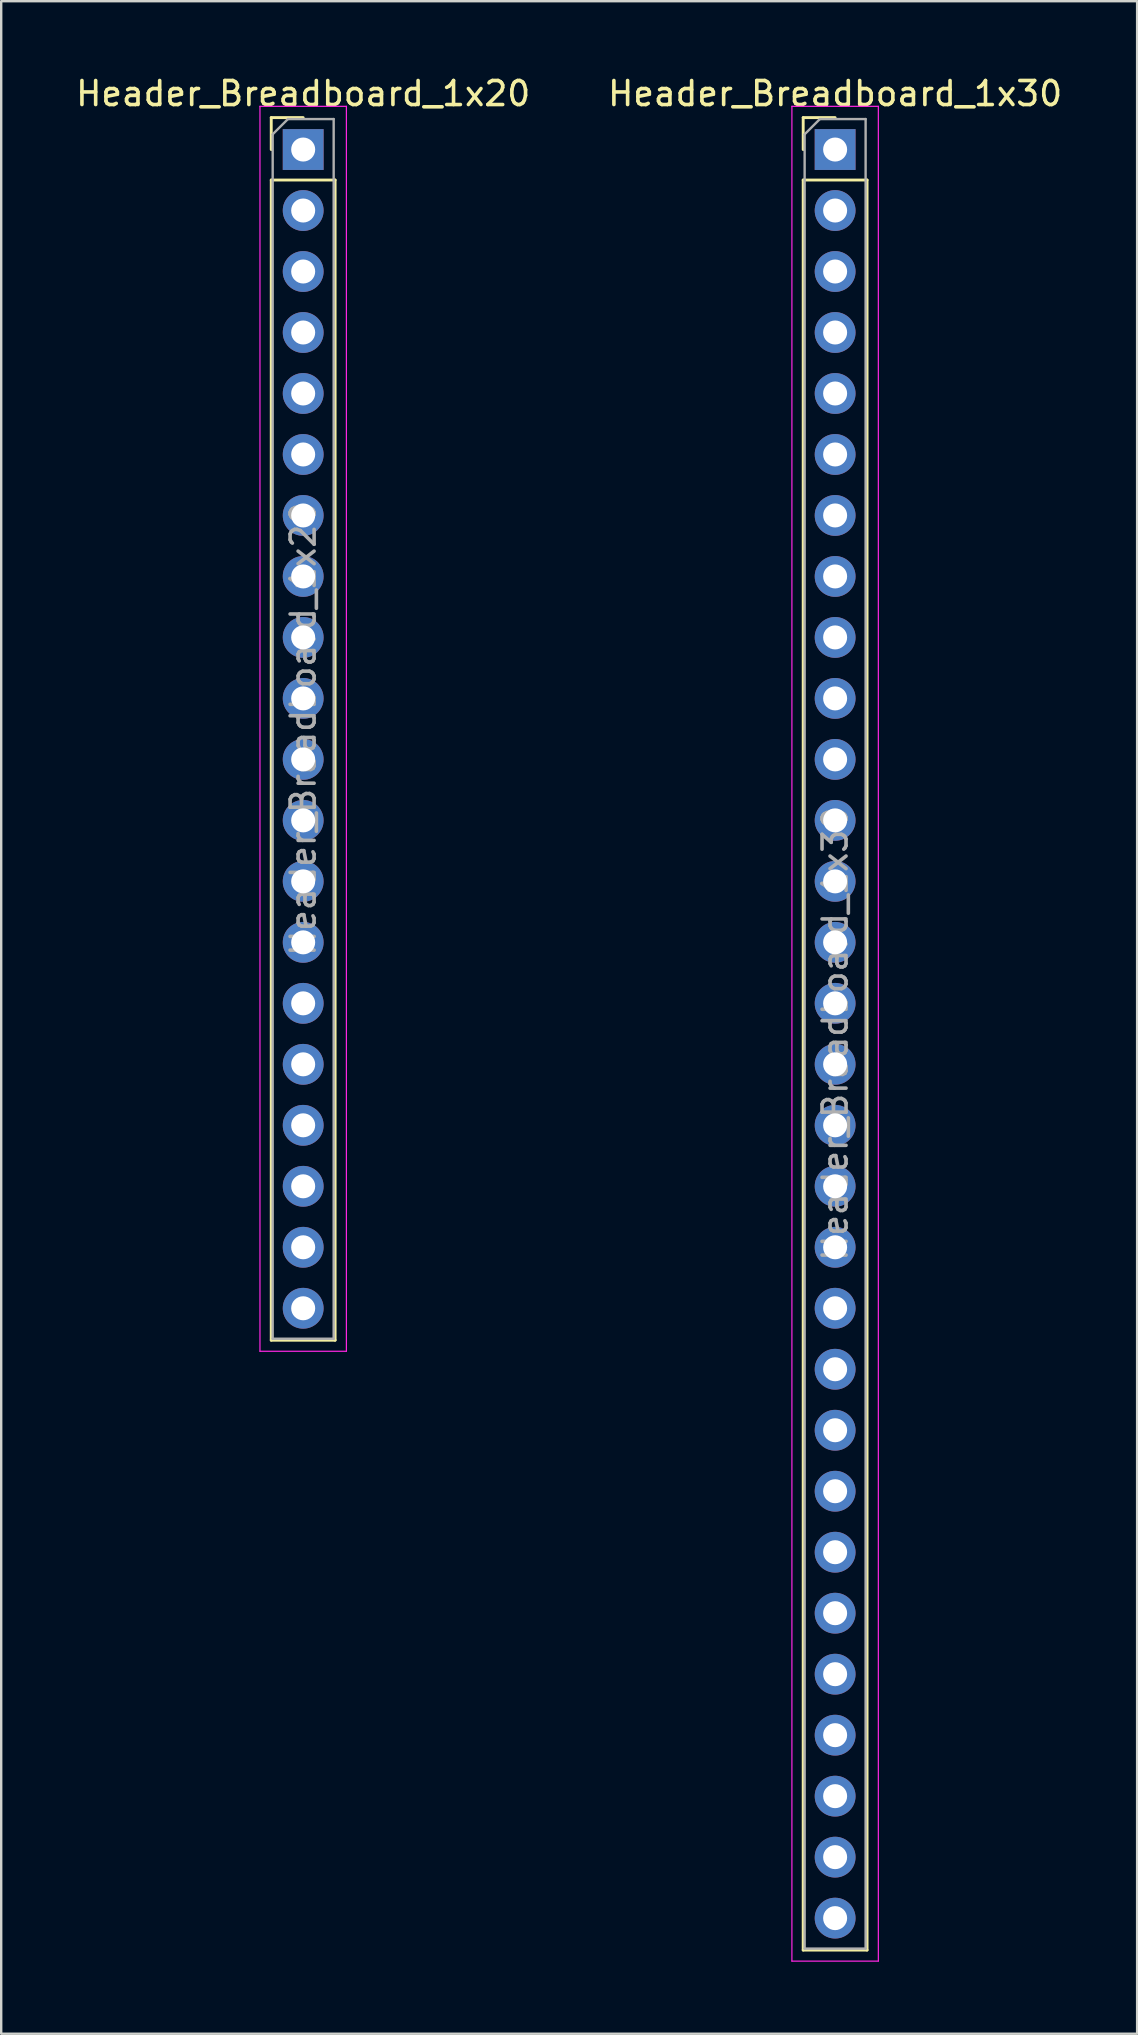
<source format=kicad_pcb>
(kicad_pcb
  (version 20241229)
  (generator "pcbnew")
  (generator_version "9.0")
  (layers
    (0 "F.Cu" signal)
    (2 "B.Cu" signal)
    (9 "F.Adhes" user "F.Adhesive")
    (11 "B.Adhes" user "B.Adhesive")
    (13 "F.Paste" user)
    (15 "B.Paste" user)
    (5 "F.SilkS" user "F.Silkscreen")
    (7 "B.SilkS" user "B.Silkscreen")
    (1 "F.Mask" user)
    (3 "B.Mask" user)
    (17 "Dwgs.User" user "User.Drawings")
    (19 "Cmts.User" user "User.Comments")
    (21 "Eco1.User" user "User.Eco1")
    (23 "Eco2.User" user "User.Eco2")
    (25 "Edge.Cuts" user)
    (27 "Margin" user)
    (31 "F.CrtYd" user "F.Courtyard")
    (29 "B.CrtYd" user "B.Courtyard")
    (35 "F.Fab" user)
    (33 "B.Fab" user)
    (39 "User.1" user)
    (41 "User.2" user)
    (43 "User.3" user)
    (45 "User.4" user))
  (footprint "Header_Breadboard_1x20"
    (layer "F.Cu")
    (at 9.577 3.178)
    (property "Reference" "Header_Breadboard_1x20" (at 0 -2.33 0) (layer "F.SilkS") (effects (font (size 1 1) (thickness 0.15))))
    (attr through_hole)
    (fp_line (start -1.33 -1.33) (end 0 -1.33) (stroke (width 0.12) (type solid)) (layer "F.SilkS"))
    (fp_line (start -1.33 0) (end -1.33 -1.33) (stroke (width 0.12) (type solid)) (layer "F.SilkS"))
    (fp_line (start -1.33 1.27) (end -1.33 49.59) (stroke (width 0.12) (type solid)) (layer "F.SilkS"))
    (fp_line (start -1.33 1.27) (end 1.33 1.27) (stroke (width 0.12) (type solid)) (layer "F.SilkS"))
    (fp_line (start -1.33 49.59) (end 1.33 49.59) (stroke (width 0.12) (type solid)) (layer "F.SilkS"))
    (fp_line (start 1.33 1.27) (end 1.33 49.59) (stroke (width 0.12) (type solid)) (layer "F.SilkS"))
    (fp_line (start -1.8 -1.8) (end -1.8 50.05) (stroke (width 0.05) (type solid)) (layer "F.CrtYd"))
    (fp_line (start -1.8 50.05) (end 1.8 50.05) (stroke (width 0.05) (type solid)) (layer "F.CrtYd"))
    (fp_line (start 1.8 -1.8) (end -1.8 -1.8) (stroke (width 0.05) (type solid)) (layer "F.CrtYd"))
    (fp_line (start 1.8 50.05) (end 1.8 -1.8) (stroke (width 0.05) (type solid)) (layer "F.CrtYd"))
    (fp_line (start -1.27 -0.635) (end -0.635 -1.27) (stroke (width 0.1) (type solid)) (layer "F.Fab"))
    (fp_line (start -1.27 49.53) (end -1.27 -0.635) (stroke (width 0.1) (type solid)) (layer "F.Fab"))
    (fp_line (start -0.635 -1.27) (end 1.27 -1.27) (stroke (width 0.1) (type solid)) (layer "F.Fab"))
    (fp_line (start 1.27 -1.27) (end 1.27 49.53) (stroke (width 0.1) (type solid)) (layer "F.Fab"))
    (fp_line (start 1.27 49.53) (end -1.27 49.53) (stroke (width 0.1) (type solid)) (layer "F.Fab"))
    (fp_text user "${REFERENCE}" (at 0 24.13 90) (layer "F.Fab") (effects (font (size 1 1) (thickness 0.15))))
    (pad "1" thru_hole rect (at 0 0) (size 1.7 1.7) (drill 1) (layers "*.Cu" "*.Mask"))
    (pad "2" thru_hole oval (at 0 2.54) (size 1.7 1.7) (drill 1) (layers "*.Cu" "*.Mask"))
    (pad "3" thru_hole oval (at 0 5.08) (size 1.7 1.7) (drill 1) (layers "*.Cu" "*.Mask"))
    (pad "4" thru_hole oval (at 0 7.62) (size 1.7 1.7) (drill 1) (layers "*.Cu" "*.Mask"))
    (pad "5" thru_hole oval (at 0 10.16) (size 1.7 1.7) (drill 1) (layers "*.Cu" "*.Mask"))
    (pad "6" thru_hole oval (at 0 12.7) (size 1.7 1.7) (drill 1) (layers "*.Cu" "*.Mask"))
    (pad "7" thru_hole oval (at 0 15.24) (size 1.7 1.7) (drill 1) (layers "*.Cu" "*.Mask"))
    (pad "8" thru_hole oval (at 0 17.78) (size 1.7 1.7) (drill 1) (layers "*.Cu" "*.Mask"))
    (pad "9" thru_hole oval (at 0 20.32) (size 1.7 1.7) (drill 1) (layers "*.Cu" "*.Mask"))
    (pad "10" thru_hole oval (at 0 22.86) (size 1.7 1.7) (drill 1) (layers "*.Cu" "*.Mask"))
    (pad "11" thru_hole oval (at 0 25.4) (size 1.7 1.7) (drill 1) (layers "*.Cu" "*.Mask"))
    (pad "12" thru_hole oval (at 0 27.94) (size 1.7 1.7) (drill 1) (layers "*.Cu" "*.Mask"))
    (pad "13" thru_hole oval (at 0 30.48) (size 1.7 1.7) (drill 1) (layers "*.Cu" "*.Mask"))
    (pad "14" thru_hole oval (at 0 33.02) (size 1.7 1.7) (drill 1) (layers "*.Cu" "*.Mask"))
    (pad "15" thru_hole oval (at 0 35.56) (size 1.7 1.7) (drill 1) (layers "*.Cu" "*.Mask"))
    (pad "16" thru_hole oval (at 0 38.1) (size 1.7 1.7) (drill 1) (layers "*.Cu" "*.Mask"))
    (pad "17" thru_hole oval (at 0 40.64) (size 1.7 1.7) (drill 1) (layers "*.Cu" "*.Mask"))
    (pad "18" thru_hole oval (at 0 43.18) (size 1.7 1.7) (drill 1) (layers "*.Cu" "*.Mask"))
    (pad "19" thru_hole oval (at 0 45.72) (size 1.7 1.7) (drill 1) (layers "*.Cu" "*.Mask"))
    (pad "20" thru_hole oval (at 0 48.26) (size 1.7 1.7) (drill 1) (layers "*.Cu" "*.Mask")))
  (footprint "Header_Breadboard_1x30"
    (layer "F.Cu")
    (at 31.732 3.178)
    (property "Reference" "Header_Breadboard_1x30" (at 0 -2.33 0) (layer "F.SilkS") (effects (font (size 1 1) (thickness 0.15))))
    (attr through_hole)
    (fp_line (start -1.33 -1.33) (end 0 -1.33) (stroke (width 0.12) (type solid)) (layer "F.SilkS"))
    (fp_line (start -1.33 0) (end -1.33 -1.33) (stroke (width 0.12) (type solid)) (layer "F.SilkS"))
    (fp_line (start -1.33 1.27) (end -1.33 74.99) (stroke (width 0.12) (type solid)) (layer "F.SilkS"))
    (fp_line (start -1.33 1.27) (end 1.33 1.27) (stroke (width 0.12) (type solid)) (layer "F.SilkS"))
    (fp_line (start -1.33 74.99) (end 1.33 74.99) (stroke (width 0.12) (type solid)) (layer "F.SilkS"))
    (fp_line (start 1.33 1.27) (end 1.33 74.99) (stroke (width 0.12) (type solid)) (layer "F.SilkS"))
    (fp_line (start -1.8 -1.8) (end -1.8 75.45) (stroke (width 0.05) (type solid)) (layer "F.CrtYd"))
    (fp_line (start -1.8 75.45) (end 1.8 75.45) (stroke (width 0.05) (type solid)) (layer "F.CrtYd"))
    (fp_line (start 1.8 -1.8) (end -1.8 -1.8) (stroke (width 0.05) (type solid)) (layer "F.CrtYd"))
    (fp_line (start 1.8 75.45) (end 1.8 -1.8) (stroke (width 0.05) (type solid)) (layer "F.CrtYd"))
    (fp_line (start -1.27 -0.635) (end -0.635 -1.27) (stroke (width 0.1) (type solid)) (layer "F.Fab"))
    (fp_line (start -1.27 74.93) (end -1.27 -0.635) (stroke (width 0.1) (type solid)) (layer "F.Fab"))
    (fp_line (start -0.635 -1.27) (end 1.27 -1.27) (stroke (width 0.1) (type solid)) (layer "F.Fab"))
    (fp_line (start 1.27 -1.27) (end 1.27 74.93) (stroke (width 0.1) (type solid)) (layer "F.Fab"))
    (fp_line (start 1.27 74.93) (end -1.27 74.93) (stroke (width 0.1) (type solid)) (layer "F.Fab"))
    (fp_text user "${REFERENCE}" (at 0 36.83 90) (layer "F.Fab") (effects (font (size 1 1) (thickness 0.15))))
    (pad "1" thru_hole rect (at 0 0) (size 1.7 1.7) (drill 1) (layers "*.Cu" "*.Mask"))
    (pad "2" thru_hole oval (at 0 2.54) (size 1.7 1.7) (drill 1) (layers "*.Cu" "*.Mask"))
    (pad "3" thru_hole oval (at 0 5.08) (size 1.7 1.7) (drill 1) (layers "*.Cu" "*.Mask"))
    (pad "4" thru_hole oval (at 0 7.62) (size 1.7 1.7) (drill 1) (layers "*.Cu" "*.Mask"))
    (pad "5" thru_hole oval (at 0 10.16) (size 1.7 1.7) (drill 1) (layers "*.Cu" "*.Mask"))
    (pad "6" thru_hole oval (at 0 12.7) (size 1.7 1.7) (drill 1) (layers "*.Cu" "*.Mask"))
    (pad "7" thru_hole oval (at 0 15.24) (size 1.7 1.7) (drill 1) (layers "*.Cu" "*.Mask"))
    (pad "8" thru_hole oval (at 0 17.78) (size 1.7 1.7) (drill 1) (layers "*.Cu" "*.Mask"))
    (pad "9" thru_hole oval (at 0 20.32) (size 1.7 1.7) (drill 1) (layers "*.Cu" "*.Mask"))
    (pad "10" thru_hole oval (at 0 22.86) (size 1.7 1.7) (drill 1) (layers "*.Cu" "*.Mask"))
    (pad "11" thru_hole oval (at 0 25.4) (size 1.7 1.7) (drill 1) (layers "*.Cu" "*.Mask"))
    (pad "12" thru_hole oval (at 0 27.94) (size 1.7 1.7) (drill 1) (layers "*.Cu" "*.Mask"))
    (pad "13" thru_hole oval (at 0 30.48) (size 1.7 1.7) (drill 1) (layers "*.Cu" "*.Mask"))
    (pad "14" thru_hole oval (at 0 33.02) (size 1.7 1.7) (drill 1) (layers "*.Cu" "*.Mask"))
    (pad "15" thru_hole oval (at 0 35.56) (size 1.7 1.7) (drill 1) (layers "*.Cu" "*.Mask"))
    (pad "16" thru_hole oval (at 0 38.1) (size 1.7 1.7) (drill 1) (layers "*.Cu" "*.Mask"))
    (pad "17" thru_hole oval (at 0 40.64) (size 1.7 1.7) (drill 1) (layers "*.Cu" "*.Mask"))
    (pad "18" thru_hole oval (at 0 43.18) (size 1.7 1.7) (drill 1) (layers "*.Cu" "*.Mask"))
    (pad "19" thru_hole oval (at 0 45.72) (size 1.7 1.7) (drill 1) (layers "*.Cu" "*.Mask"))
    (pad "20" thru_hole oval (at 0 48.26) (size 1.7 1.7) (drill 1) (layers "*.Cu" "*.Mask"))
    (pad "21" thru_hole oval (at 0 50.8) (size 1.7 1.7) (drill 1) (layers "*.Cu" "*.Mask"))
    (pad "22" thru_hole oval (at 0 53.34) (size 1.7 1.7) (drill 1) (layers "*.Cu" "*.Mask"))
    (pad "23" thru_hole oval (at 0 55.88) (size 1.7 1.7) (drill 1) (layers "*.Cu" "*.Mask"))
    (pad "24" thru_hole oval (at 0 58.42) (size 1.7 1.7) (drill 1) (layers "*.Cu" "*.Mask"))
    (pad "25" thru_hole oval (at 0 60.96) (size 1.7 1.7) (drill 1) (layers "*.Cu" "*.Mask"))
    (pad "26" thru_hole oval (at 0 63.5) (size 1.7 1.7) (drill 1) (layers "*.Cu" "*.Mask"))
    (pad "27" thru_hole oval (at 0 66.04) (size 1.7 1.7) (drill 1) (layers "*.Cu" "*.Mask"))
    (pad "28" thru_hole oval (at 0 68.58) (size 1.7 1.7) (drill 1) (layers "*.Cu" "*.Mask"))
    (pad "29" thru_hole oval (at 0 71.12) (size 1.7 1.7) (drill 1) (layers "*.Cu" "*.Mask"))
    (pad "30" thru_hole oval (at 0 73.66) (size 1.7 1.7) (drill 1) (layers "*.Cu" "*.Mask")))
  (gr_rect
    (start -3 -3)
    (end 44.31 81.653)
    (stroke (width 0.1) (type default))
    (fill no)
    (layer "Edge.Cuts")))
</source>
